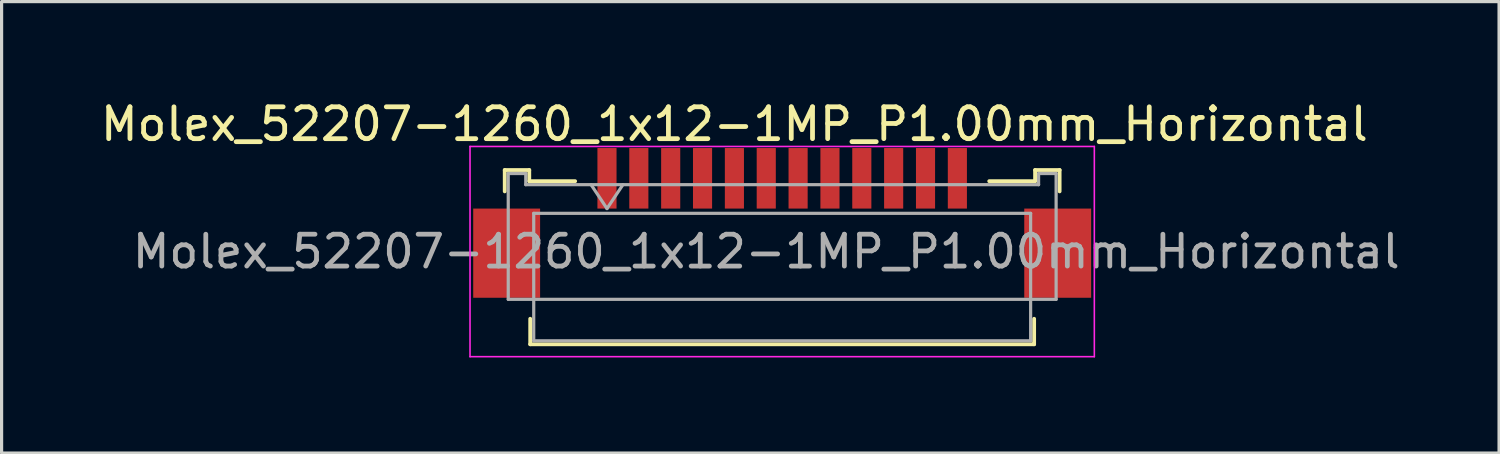
<source format=kicad_pcb>
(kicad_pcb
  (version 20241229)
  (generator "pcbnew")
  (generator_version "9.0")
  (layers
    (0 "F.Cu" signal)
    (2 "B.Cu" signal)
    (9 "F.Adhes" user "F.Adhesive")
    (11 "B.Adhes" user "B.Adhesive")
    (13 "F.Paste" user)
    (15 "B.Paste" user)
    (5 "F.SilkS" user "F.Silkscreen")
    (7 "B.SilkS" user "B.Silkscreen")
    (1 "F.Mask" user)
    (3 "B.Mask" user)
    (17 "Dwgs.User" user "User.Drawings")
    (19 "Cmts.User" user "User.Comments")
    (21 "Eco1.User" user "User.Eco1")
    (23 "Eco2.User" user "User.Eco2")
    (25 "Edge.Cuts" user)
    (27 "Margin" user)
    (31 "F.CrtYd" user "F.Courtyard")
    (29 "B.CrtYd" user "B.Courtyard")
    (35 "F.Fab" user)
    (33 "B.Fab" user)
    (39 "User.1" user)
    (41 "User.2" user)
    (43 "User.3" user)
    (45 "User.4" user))
  (footprint "Molex_52207-1260_1x12-1MP_P1.00mm_Horizontal"
    (layer "F.Cu")
    (at 20.006 3.458)
    (property "Reference" "Molex_52207-1260_1x12-1MP_P1.00mm_Horizontal" (at 0 -2.61 0) (layer "F.SilkS") (effects (font (size 1 1) (thickness 0.15))))
    (attr smd)
    (fp_line (start -7.21 -1.17) (end -7.21 -0.5) (stroke (width 0.12) (type solid)) (layer "F.SilkS"))
    (fp_line (start -6.44 -1.17) (end -7.21 -1.17) (stroke (width 0.12) (type solid)) (layer "F.SilkS"))
    (fp_line (start -6.44 -0.82) (end -6.44 -1.17) (stroke (width 0.12) (type solid)) (layer "F.SilkS"))
    (fp_line (start -6.41 3.5) (end -6.41 4.3) (stroke (width 0.12) (type solid)) (layer "F.SilkS"))
    (fp_line (start -6.41 4.3) (end 9.41 4.3) (stroke (width 0.12) (type solid)) (layer "F.SilkS"))
    (fp_line (start -5 -0.82) (end -6.44 -0.82) (stroke (width 0.12) (type solid)) (layer "F.SilkS"))
    (fp_line (start 9.41 4.3) (end 9.41 3.5) (stroke (width 0.12) (type solid)) (layer "F.SilkS"))
    (fp_line (start 9.44 -1.17) (end 9.44 -0.82) (stroke (width 0.12) (type solid)) (layer "F.SilkS"))
    (fp_line (start 9.44 -0.82) (end 8 -0.82) (stroke (width 0.12) (type solid)) (layer "F.SilkS"))
    (fp_line (start 10.21 -1.17) (end 9.44 -1.17) (stroke (width 0.12) (type solid)) (layer "F.SilkS"))
    (fp_line (start 10.21 -0.5) (end 10.21 -1.17) (stroke (width 0.12) (type solid)) (layer "F.SilkS"))
    (fp_line (start -8.3 -1.91) (end -8.3 4.69) (stroke (width 0.05) (type solid)) (layer "F.CrtYd"))
    (fp_line (start -8.3 4.69) (end 11.3 4.69) (stroke (width 0.05) (type solid)) (layer "F.CrtYd"))
    (fp_line (start 11.3 -1.91) (end -8.3 -1.91) (stroke (width 0.05) (type solid)) (layer "F.CrtYd"))
    (fp_line (start 11.3 4.69) (end 11.3 -1.91) (stroke (width 0.05) (type solid)) (layer "F.CrtYd"))
    (fp_line (start -7.1 -1.06) (end -7.1 2.89) (stroke (width 0.1) (type solid)) (layer "F.Fab"))
    (fp_line (start -7.1 2.89) (end 10.1 2.89) (stroke (width 0.1) (type solid)) (layer "F.Fab"))
    (fp_line (start -6.55 -1.06) (end -7.1 -1.06) (stroke (width 0.1) (type solid)) (layer "F.Fab"))
    (fp_line (start -6.55 -0.71) (end -6.55 -1.06) (stroke (width 0.1) (type solid)) (layer "F.Fab"))
    (fp_line (start -6.3 0.19) (end -6.3 4.19) (stroke (width 0.1) (type solid)) (layer "F.Fab"))
    (fp_line (start -6.3 4.19) (end 9.3 4.19) (stroke (width 0.1) (type solid)) (layer "F.Fab"))
    (fp_line (start -4.5 -0.71) (end -4 0.04) (stroke (width 0.1) (type solid)) (layer "F.Fab"))
    (fp_line (start -4 0.04) (end -3.5 -0.71) (stroke (width 0.1) (type solid)) (layer "F.Fab"))
    (fp_line (start 9.3 0.19) (end -6.3 0.19) (stroke (width 0.1) (type solid)) (layer "F.Fab"))
    (fp_line (start 9.3 4.19) (end 9.3 0.19) (stroke (width 0.1) (type solid)) (layer "F.Fab"))
    (fp_line (start 9.55 -1.06) (end 9.55 -0.71) (stroke (width 0.1) (type solid)) (layer "F.Fab"))
    (fp_line (start 9.55 -0.71) (end -6.55 -0.71) (stroke (width 0.1) (type solid)) (layer "F.Fab"))
    (fp_line (start 10.1 -1.06) (end 9.55 -1.06) (stroke (width 0.1) (type solid)) (layer "F.Fab"))
    (fp_line (start 10.1 2.89) (end 10.1 -1.06) (stroke (width 0.1) (type solid)) (layer "F.Fab"))
    (fp_text user "${REFERENCE}" (at 1 1.39 0) (layer "F.Fab") (effects (font (size 1 1) (thickness 0.15))))
    (pad "1" smd rect (at -4 -0.91) (size 0.6 1.9) (layers "F.Cu" "F.Mask" "F.Paste"))
    (pad "2" smd rect (at -3 -0.91) (size 0.6 1.9) (layers "F.Cu" "F.Mask" "F.Paste"))
    (pad "3" smd rect (at -2 -0.91) (size 0.6 1.9) (layers "F.Cu" "F.Mask" "F.Paste"))
    (pad "4" smd rect (at -1 -0.91) (size 0.6 1.9) (layers "F.Cu" "F.Mask" "F.Paste"))
    (pad "5" smd rect (at 0 -0.91) (size 0.6 1.9) (layers "F.Cu" "F.Mask" "F.Paste"))
    (pad "6" smd rect (at 1 -0.91) (size 0.6 1.9) (layers "F.Cu" "F.Mask" "F.Paste"))
    (pad "7" smd rect (at 2 -0.91) (size 0.6 1.9) (layers "F.Cu" "F.Mask" "F.Paste"))
    (pad "8" smd rect (at 3 -0.91) (size 0.6 1.9) (layers "F.Cu" "F.Mask" "F.Paste"))
    (pad "9" smd rect (at 4 -0.91) (size 0.6 1.9) (layers "F.Cu" "F.Mask" "F.Paste"))
    (pad "10" smd rect (at 5 -0.91) (size 0.6 1.9) (layers "F.Cu" "F.Mask" "F.Paste"))
    (pad "11" smd rect (at 6 -0.91) (size 0.6 1.9) (layers "F.Cu" "F.Mask" "F.Paste"))
    (pad "12" smd rect (at 7 -0.91) (size 0.6 1.9) (layers "F.Cu" "F.Mask" "F.Paste"))
    (pad "MP" smd rect (at -7.15 1.44) (size 2.1 2.8) (layers "F.Cu" "F.Mask" "F.Paste"))
    (pad "MP" smd rect (at 10.15 1.44) (size 2.1 2.8) (layers "F.Cu" "F.Mask" "F.Paste")))
  (gr_rect
    (start -3 -3)
    (end 44.012 11.173)
    (stroke (width 0.1) (type default))
    (fill no)
    (layer "Edge.Cuts")))
</source>
